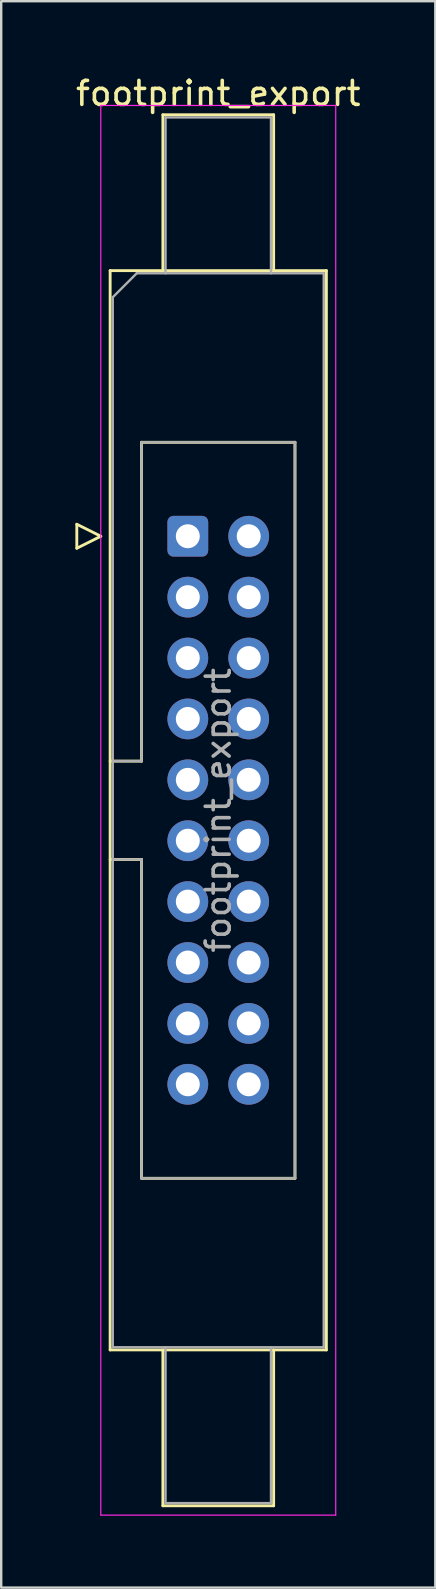
<source format=kicad_pcb>
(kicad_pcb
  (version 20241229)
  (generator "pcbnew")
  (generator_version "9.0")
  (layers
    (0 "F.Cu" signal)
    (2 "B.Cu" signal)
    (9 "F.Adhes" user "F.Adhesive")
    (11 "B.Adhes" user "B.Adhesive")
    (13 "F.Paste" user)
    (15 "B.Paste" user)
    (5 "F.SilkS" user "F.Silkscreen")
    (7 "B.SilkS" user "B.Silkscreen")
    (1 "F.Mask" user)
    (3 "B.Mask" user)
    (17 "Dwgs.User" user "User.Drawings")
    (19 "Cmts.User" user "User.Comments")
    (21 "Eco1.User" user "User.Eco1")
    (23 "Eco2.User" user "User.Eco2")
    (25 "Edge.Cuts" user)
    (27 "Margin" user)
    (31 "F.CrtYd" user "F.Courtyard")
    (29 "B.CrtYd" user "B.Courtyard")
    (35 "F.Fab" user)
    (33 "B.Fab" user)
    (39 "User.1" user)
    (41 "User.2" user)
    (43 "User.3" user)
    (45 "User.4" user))
  (footprint "footprint_export"
    (layer "F.Cu")
    (at 4.784 19.318)
    (property "Reference" "footprint_export" (at 1.27 -18.47 0) (layer "F.SilkS") (effects (font (size 1 1) (thickness 0.15))))
    (attr through_hole)
    (fp_line (start -4.63 -0.5) (end -4.63 0.5) (stroke (width 0.12) (type solid)) (layer "F.SilkS"))
    (fp_line (start -4.63 0.5) (end -3.63 0) (stroke (width 0.12) (type solid)) (layer "F.SilkS"))
    (fp_line (start -3.63 0) (end -4.63 -0.5) (stroke (width 0.12) (type solid)) (layer "F.SilkS"))
    (fp_line (start -3.24 -11.08) (end 5.78 -11.08) (stroke (width 0.12) (type solid)) (layer "F.SilkS"))
    (fp_line (start -3.24 9.38) (end -1.93 9.38) (stroke (width 0.12) (type solid)) (layer "F.SilkS"))
    (fp_line (start -3.24 33.94) (end -3.24 -11.08) (stroke (width 0.12) (type solid)) (layer "F.SilkS"))
    (fp_line (start -1.93 -3.92) (end 4.47 -3.92) (stroke (width 0.12) (type solid)) (layer "F.SilkS"))
    (fp_line (start -1.93 9.38) (end -1.93 -3.92) (stroke (width 0.12) (type solid)) (layer "F.SilkS"))
    (fp_line (start -1.93 13.48) (end -3.24 13.48) (stroke (width 0.12) (type solid)) (layer "F.SilkS"))
    (fp_line (start -1.93 13.48) (end -1.93 13.48) (stroke (width 0.12) (type solid)) (layer "F.SilkS"))
    (fp_line (start -1.93 26.78) (end -1.93 13.48) (stroke (width 0.12) (type solid)) (layer "F.SilkS"))
    (fp_line (start -1.04 -17.58) (end 3.58 -17.58) (stroke (width 0.12) (type solid)) (layer "F.SilkS"))
    (fp_line (start -1.04 -11.08) (end -1.04 -17.58) (stroke (width 0.12) (type solid)) (layer "F.SilkS"))
    (fp_line (start -1.04 33.94) (end -1.04 40.44) (stroke (width 0.12) (type solid)) (layer "F.SilkS"))
    (fp_line (start -1.04 40.44) (end 3.58 40.44) (stroke (width 0.12) (type solid)) (layer "F.SilkS"))
    (fp_line (start 3.58 -17.58) (end 3.58 -11.08) (stroke (width 0.12) (type solid)) (layer "F.SilkS"))
    (fp_line (start 3.58 40.44) (end 3.58 33.94) (stroke (width 0.12) (type solid)) (layer "F.SilkS"))
    (fp_line (start 4.47 -3.92) (end 4.47 26.78) (stroke (width 0.12) (type solid)) (layer "F.SilkS"))
    (fp_line (start 4.47 26.78) (end -1.93 26.78) (stroke (width 0.12) (type solid)) (layer "F.SilkS"))
    (fp_line (start 5.78 -11.08) (end 5.78 33.94) (stroke (width 0.12) (type solid)) (layer "F.SilkS"))
    (fp_line (start 5.78 33.94) (end -3.24 33.94) (stroke (width 0.12) (type solid)) (layer "F.SilkS"))
    (fp_line (start -3.63 -17.97) (end -3.63 40.83) (stroke (width 0.05) (type solid)) (layer "F.CrtYd"))
    (fp_line (start -3.63 40.83) (end 6.17 40.83) (stroke (width 0.05) (type solid)) (layer "F.CrtYd"))
    (fp_line (start 6.17 -17.97) (end -3.63 -17.97) (stroke (width 0.05) (type solid)) (layer "F.CrtYd"))
    (fp_line (start 6.17 40.83) (end 6.17 -17.97) (stroke (width 0.05) (type solid)) (layer "F.CrtYd"))
    (fp_line (start -3.13 -9.97) (end -2.13 -10.97) (stroke (width 0.1) (type solid)) (layer "F.Fab"))
    (fp_line (start -3.13 9.38) (end -1.93 9.38) (stroke (width 0.1) (type solid)) (layer "F.Fab"))
    (fp_line (start -3.13 33.83) (end -3.13 -9.97) (stroke (width 0.1) (type solid)) (layer "F.Fab"))
    (fp_line (start -2.13 -10.97) (end 5.67 -10.97) (stroke (width 0.1) (type solid)) (layer "F.Fab"))
    (fp_line (start -1.93 -3.92) (end 4.47 -3.92) (stroke (width 0.1) (type solid)) (layer "F.Fab"))
    (fp_line (start -1.93 9.38) (end -1.93 -3.92) (stroke (width 0.1) (type solid)) (layer "F.Fab"))
    (fp_line (start -1.93 13.48) (end -3.13 13.48) (stroke (width 0.1) (type solid)) (layer "F.Fab"))
    (fp_line (start -1.93 13.48) (end -1.93 13.48) (stroke (width 0.1) (type solid)) (layer "F.Fab"))
    (fp_line (start -1.93 26.78) (end -1.93 13.48) (stroke (width 0.1) (type solid)) (layer "F.Fab"))
    (fp_line (start -0.93 -17.47) (end 3.47 -17.47) (stroke (width 0.1) (type solid)) (layer "F.Fab"))
    (fp_line (start -0.93 -10.97) (end -0.93 -17.47) (stroke (width 0.1) (type solid)) (layer "F.Fab"))
    (fp_line (start -0.93 33.83) (end -0.93 40.33) (stroke (width 0.1) (type solid)) (layer "F.Fab"))
    (fp_line (start -0.93 40.33) (end 3.47 40.33) (stroke (width 0.1) (type solid)) (layer "F.Fab"))
    (fp_line (start 3.47 -17.47) (end 3.47 -10.97) (stroke (width 0.1) (type solid)) (layer "F.Fab"))
    (fp_line (start 3.47 40.33) (end 3.47 33.83) (stroke (width 0.1) (type solid)) (layer "F.Fab"))
    (fp_line (start 4.47 -3.92) (end 4.47 26.78) (stroke (width 0.1) (type solid)) (layer "F.Fab"))
    (fp_line (start 4.47 26.78) (end -1.93 26.78) (stroke (width 0.1) (type solid)) (layer "F.Fab"))
    (fp_line (start 5.67 -10.97) (end 5.67 33.83) (stroke (width 0.1) (type solid)) (layer "F.Fab"))
    (fp_line (start 5.67 33.83) (end -3.13 33.83) (stroke (width 0.1) (type solid)) (layer "F.Fab"))
    (fp_text user "${REFERENCE}" (at 1.27 11.43 90) (layer "F.Fab") (effects (font (size 1 1) (thickness 0.15))))
    (pad "1" thru_hole roundrect (at 0 0) (size 1.7 1.7) (drill 1) (layers "*.Cu" "*.Mask") (roundrect_rratio 0.147))
    (pad "2" thru_hole circle (at 2.54 0) (size 1.7 1.7) (drill 1) (layers "*.Cu" "*.Mask"))
    (pad "3" thru_hole circle (at 0 2.54) (size 1.7 1.7) (drill 1) (layers "*.Cu" "*.Mask"))
    (pad "4" thru_hole circle (at 2.54 2.54) (size 1.7 1.7) (drill 1) (layers "*.Cu" "*.Mask"))
    (pad "5" thru_hole circle (at 0 5.08) (size 1.7 1.7) (drill 1) (layers "*.Cu" "*.Mask"))
    (pad "6" thru_hole circle (at 2.54 5.08) (size 1.7 1.7) (drill 1) (layers "*.Cu" "*.Mask"))
    (pad "7" thru_hole circle (at 0 7.62) (size 1.7 1.7) (drill 1) (layers "*.Cu" "*.Mask"))
    (pad "8" thru_hole circle (at 2.54 7.62) (size 1.7 1.7) (drill 1) (layers "*.Cu" "*.Mask"))
    (pad "9" thru_hole circle (at 0 10.16) (size 1.7 1.7) (drill 1) (layers "*.Cu" "*.Mask"))
    (pad "10" thru_hole circle (at 2.54 10.16) (size 1.7 1.7) (drill 1) (layers "*.Cu" "*.Mask"))
    (pad "11" thru_hole circle (at 0 12.7) (size 1.7 1.7) (drill 1) (layers "*.Cu" "*.Mask"))
    (pad "12" thru_hole circle (at 2.54 12.7) (size 1.7 1.7) (drill 1) (layers "*.Cu" "*.Mask"))
    (pad "13" thru_hole circle (at 0 15.24) (size 1.7 1.7) (drill 1) (layers "*.Cu" "*.Mask"))
    (pad "14" thru_hole circle (at 2.54 15.24) (size 1.7 1.7) (drill 1) (layers "*.Cu" "*.Mask"))
    (pad "15" thru_hole circle (at 0 17.78) (size 1.7 1.7) (drill 1) (layers "*.Cu" "*.Mask"))
    (pad "16" thru_hole circle (at 2.54 17.78) (size 1.7 1.7) (drill 1) (layers "*.Cu" "*.Mask"))
    (pad "17" thru_hole circle (at 0 20.32) (size 1.7 1.7) (drill 1) (layers "*.Cu" "*.Mask"))
    (pad "18" thru_hole circle (at 2.54 20.32) (size 1.7 1.7) (drill 1) (layers "*.Cu" "*.Mask"))
    (pad "19" thru_hole circle (at 0 22.86) (size 1.7 1.7) (drill 1) (layers "*.Cu" "*.Mask"))
    (pad "20" thru_hole circle (at 2.54 22.86) (size 1.7 1.7) (drill 1) (layers "*.Cu" "*.Mask")))
  (gr_rect
    (start -3 -3)
    (end 15.107 63.173)
    (stroke (width 0.1) (type default))
    (fill no)
    (layer "Edge.Cuts")))
</source>
